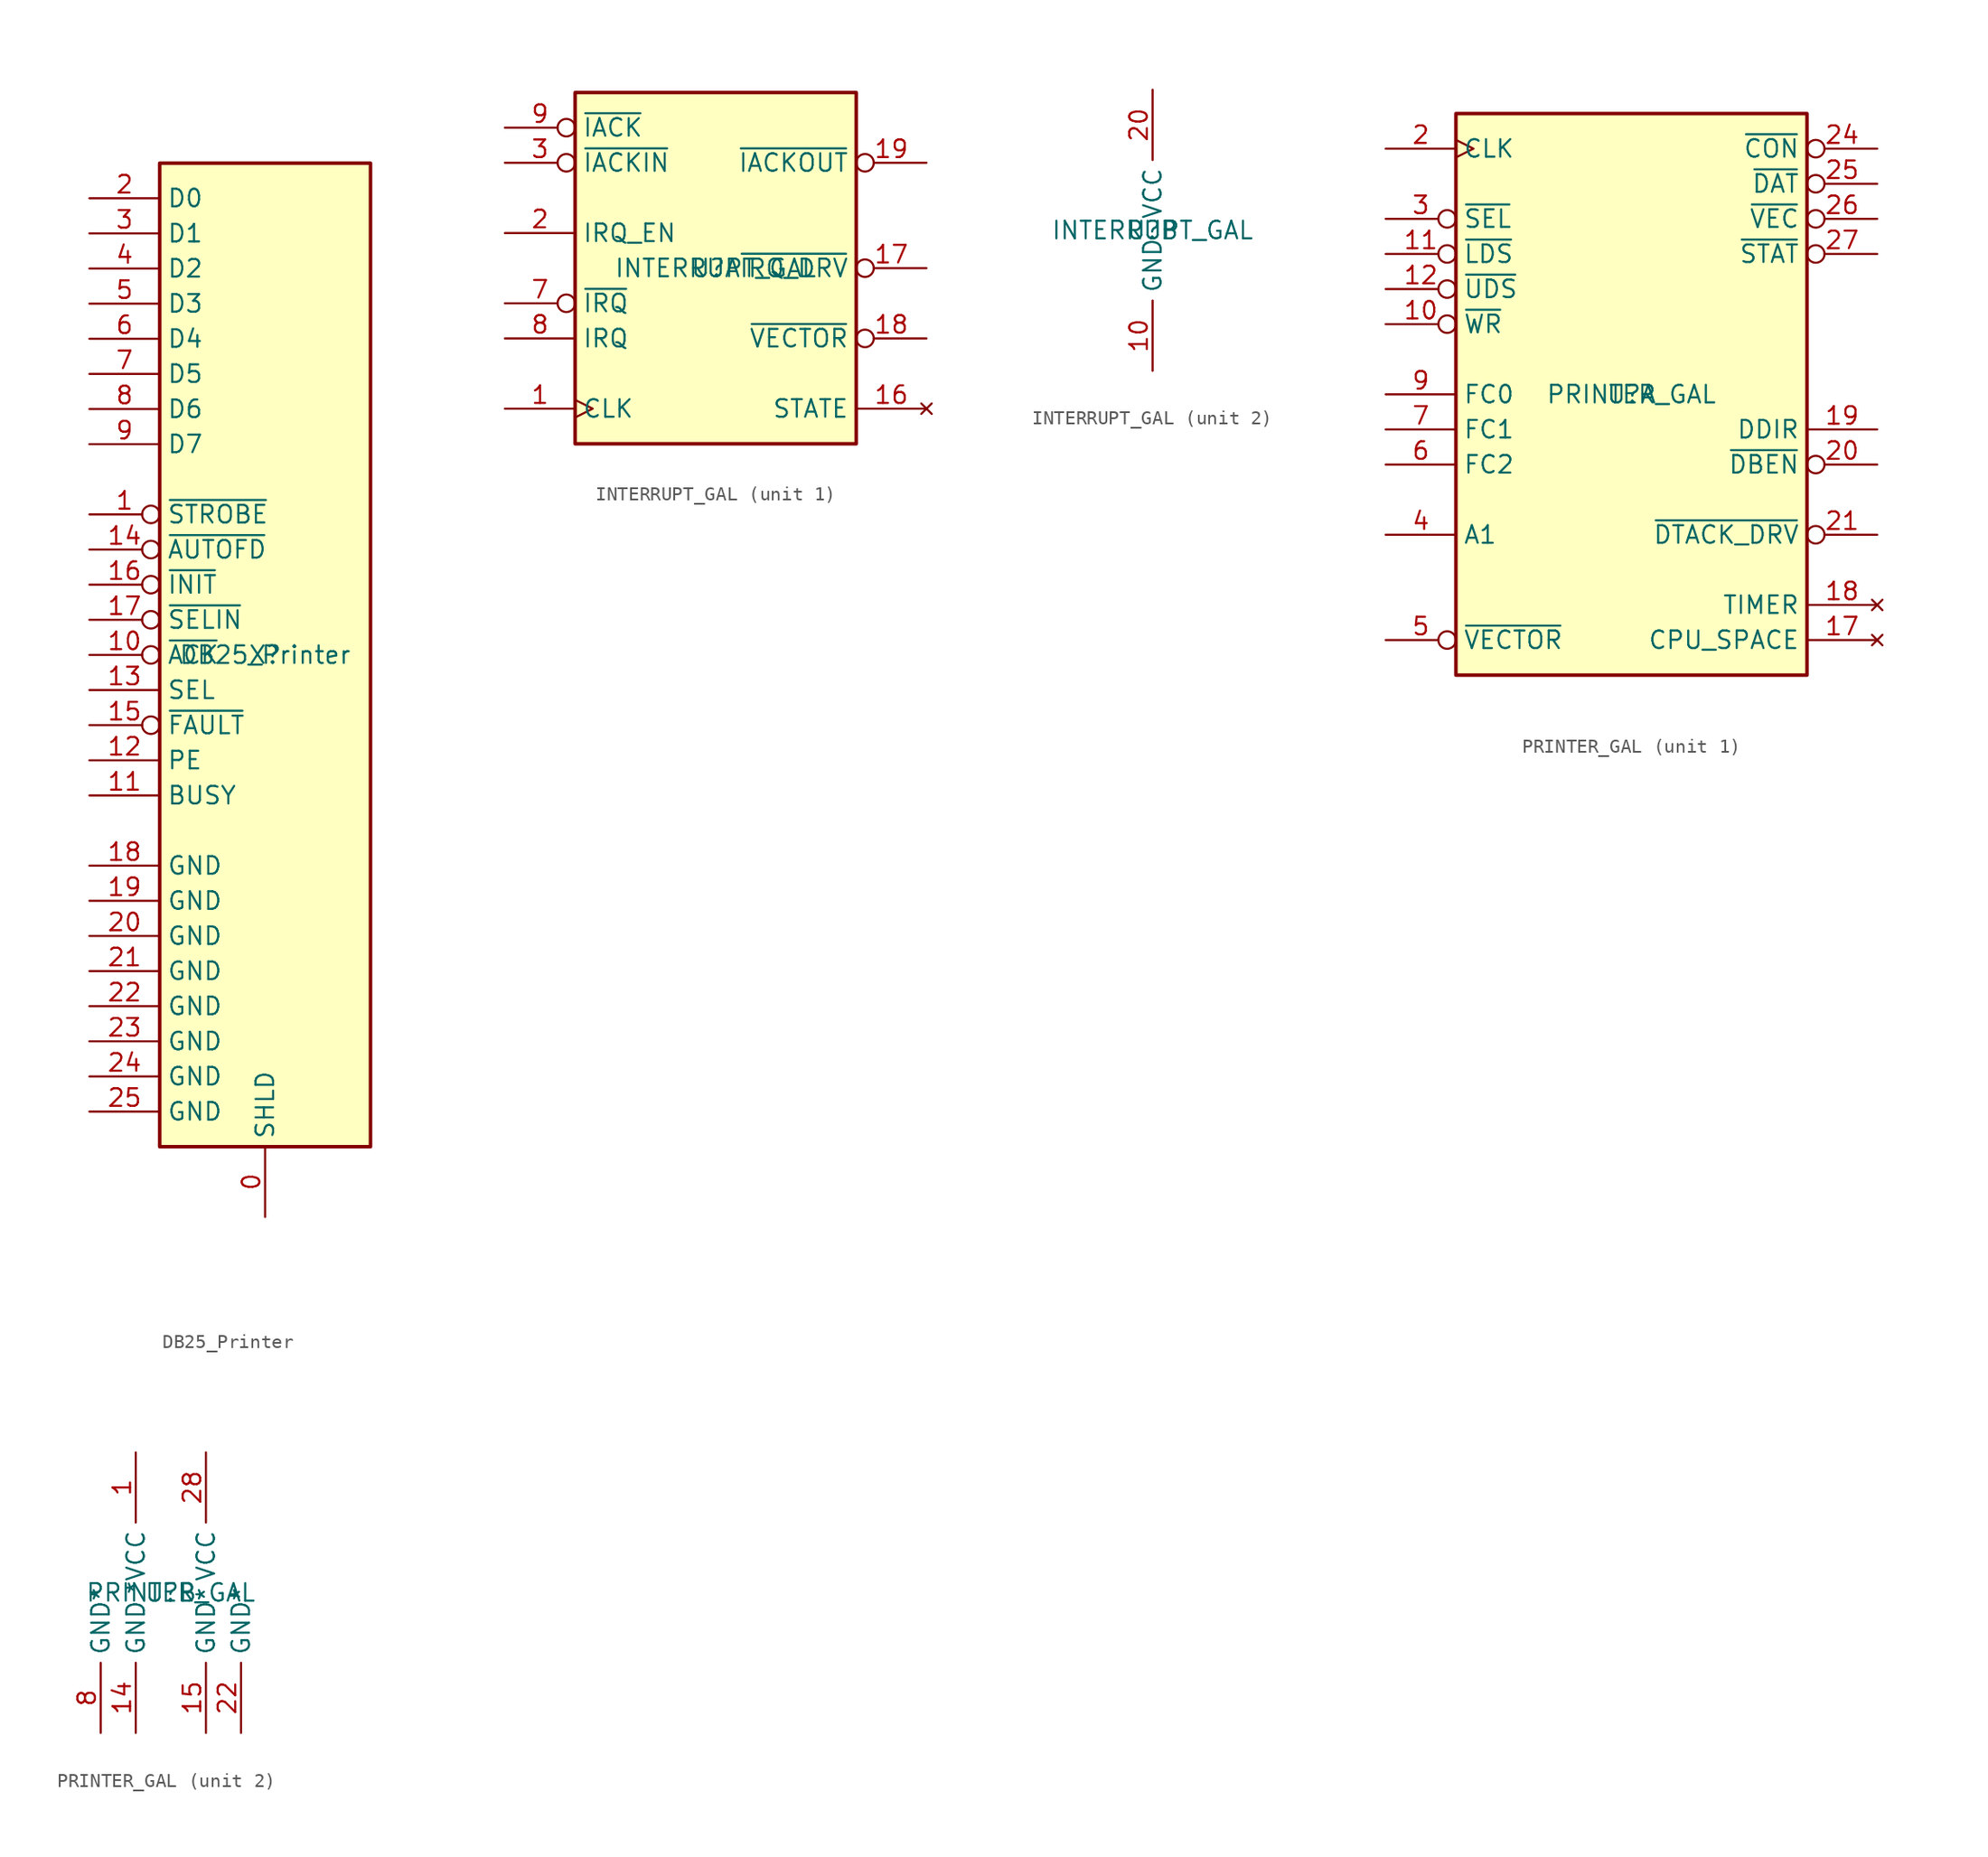
<source format=kicad_sym>
(kicad_symbol_lib
  (version 20231120)
  (generator "kicad_symbol_editor")
  (generator_version "8.0")
  (symbol "DB25_Printer"
    (property "Reference" "X"
      (at 0 0 0)
      (effects (font (size 1.27 1.27))))
    (property "Value" "DB25_Printer"
      (at 0 0 0)
      (effects (font (size 1.27 1.27))))
    (symbol "DB25_Printer_0_1"
      (rectangle (start -7.62 35.56) (end 7.62 -35.56) (stroke (width 0.254) (type default)) (fill (type background))))
    (symbol "DB25_Printer_1_1"
      (pin passive line (at 0 -40.64 90) (length 5.08) (name "SHLD" (effects (font (size 1.27 1.27)))) (number "0" (effects (font (size 1.27 1.27)))))
      (pin bidirectional inverted (at -12.7 10.16 0) (length 5.08) (name "~{STROBE}" (effects (font (size 1.27 1.27)))) (number "1" (effects (font (size 1.27 1.27)))))
      (pin output inverted (at -12.7 0 0) (length 5.08) (name "~{ACK}" (effects (font (size 1.27 1.27)))) (number "10" (effects (font (size 1.27 1.27)))))
      (pin output line (at -12.7 -10.16 0) (length 5.08) (name "BUSY" (effects (font (size 1.27 1.27)))) (number "11" (effects (font (size 1.27 1.27)))))
      (pin output line (at -12.7 -7.62 0) (length 5.08) (name "PE" (effects (font (size 1.27 1.27)))) (number "12" (effects (font (size 1.27 1.27)))))
      (pin output line (at -12.7 -2.54 0) (length 5.08) (name "SEL" (effects (font (size 1.27 1.27)))) (number "13" (effects (font (size 1.27 1.27)))))
      (pin bidirectional inverted (at -12.7 7.62 0) (length 5.08) (name "~{AUTOFD}" (effects (font (size 1.27 1.27)))) (number "14" (effects (font (size 1.27 1.27)))))
      (pin output inverted (at -12.7 -5.08 0) (length 5.08) (name "~{FAULT}" (effects (font (size 1.27 1.27)))) (number "15" (effects (font (size 1.27 1.27)))))
      (pin bidirectional inverted (at -12.7 5.08 0) (length 5.08) (name "~{INIT}" (effects (font (size 1.27 1.27)))) (number "16" (effects (font (size 1.27 1.27)))))
      (pin bidirectional inverted (at -12.7 2.54 0) (length 5.08) (name "~{SELIN}" (effects (font (size 1.27 1.27)))) (number "17" (effects (font (size 1.27 1.27)))))
      (pin power_in line (at -12.7 -15.24 0) (length 5.08) (name "GND" (effects (font (size 1.27 1.27)))) (number "18" (effects (font (size 1.27 1.27)))))
      (pin power_in line (at -12.7 -17.78 0) (length 5.08) (name "GND" (effects (font (size 1.27 1.27)))) (number "19" (effects (font (size 1.27 1.27)))))
      (pin bidirectional line (at -12.7 33.02 0) (length 5.08) (name "D0" (effects (font (size 1.27 1.27)))) (number "2" (effects (font (size 1.27 1.27)))))
      (pin power_in line (at -12.7 -20.32 0) (length 5.08) (name "GND" (effects (font (size 1.27 1.27)))) (number "20" (effects (font (size 1.27 1.27)))))
      (pin power_in line (at -12.7 -22.86 0) (length 5.08) (name "GND" (effects (font (size 1.27 1.27)))) (number "21" (effects (font (size 1.27 1.27)))))
      (pin power_in line (at -12.7 -25.4 0) (length 5.08) (name "GND" (effects (font (size 1.27 1.27)))) (number "22" (effects (font (size 1.27 1.27)))))
      (pin power_in line (at -12.7 -27.94 0) (length 5.08) (name "GND" (effects (font (size 1.27 1.27)))) (number "23" (effects (font (size 1.27 1.27)))))
      (pin power_in line (at -12.7 -30.48 0) (length 5.08) (name "GND" (effects (font (size 1.27 1.27)))) (number "24" (effects (font (size 1.27 1.27)))))
      (pin power_in line (at -12.7 -33.02 0) (length 5.08) (name "GND" (effects (font (size 1.27 1.27)))) (number "25" (effects (font (size 1.27 1.27)))))
      (pin bidirectional line (at -12.7 30.48 0) (length 5.08) (name "D1" (effects (font (size 1.27 1.27)))) (number "3" (effects (font (size 1.27 1.27)))))
      (pin bidirectional line (at -12.7 27.94 0) (length 5.08) (name "D2" (effects (font (size 1.27 1.27)))) (number "4" (effects (font (size 1.27 1.27)))))
      (pin bidirectional line (at -12.7 25.4 0) (length 5.08) (name "D3" (effects (font (size 1.27 1.27)))) (number "5" (effects (font (size 1.27 1.27)))))
      (pin bidirectional line (at -12.7 22.86 0) (length 5.08) (name "D4" (effects (font (size 1.27 1.27)))) (number "6" (effects (font (size 1.27 1.27)))))
      (pin bidirectional line (at -12.7 20.32 0) (length 5.08) (name "D5" (effects (font (size 1.27 1.27)))) (number "7" (effects (font (size 1.27 1.27)))))
      (pin bidirectional line (at -12.7 17.78 0) (length 5.08) (name "D6" (effects (font (size 1.27 1.27)))) (number "8" (effects (font (size 1.27 1.27)))))
      (pin bidirectional line (at -12.7 15.24 0) (length 5.08) (name "D7" (effects (font (size 1.27 1.27)))) (number "9" (effects (font (size 1.27 1.27)))))))
  (symbol "INTERRUPT_GAL"
    (property "Reference" "U"
      (at 0 0 0)
      (effects (font (size 1.27 1.27))))
    (property "Value" "INTERRUPT_GAL"
      (at 0 0 0)
      (effects (font (size 1.27 1.27))))
    (property "ki_locked" ""
      (at 0 0 0)
      (effects (font (size 1.27 1.27))))
    (symbol "INTERRUPT_GAL_1_0"
      (pin input clock (at -15.24 -10.16 0) (length 5.08) (name "CLK" (effects (font (size 1.27 1.27)))) (number "1" (effects (font (size 1.27 1.27)))))
      (pin no_connect line (at 15.24 -10.16 180) (length 5.08) (name "STATE" (effects (font (size 1.27 1.27)))) (number "16" (effects (font (size 1.27 1.27)))))
      (pin output inverted (at 15.24 0 180) (length 5.08) (name "~{IRQ_DRV}" (effects (font (size 1.27 1.27)))) (number "17" (effects (font (size 1.27 1.27)))))
      (pin output inverted (at 15.24 -5.08 180) (length 5.08) (name "~{VECTOR}" (effects (font (size 1.27 1.27)))) (number "18" (effects (font (size 1.27 1.27)))))
      (pin output inverted (at 15.24 7.62 180) (length 5.08) (name "~{IACKOUT}" (effects (font (size 1.27 1.27)))) (number "19" (effects (font (size 1.27 1.27)))))
      (pin input line (at -15.24 2.54 0) (length 5.08) (name "IRQ_EN" (effects (font (size 1.27 1.27)))) (number "2" (effects (font (size 1.27 1.27)))))
      (pin input inverted (at -15.24 7.62 0) (length 5.08) (name "~{IACKIN}" (effects (font (size 1.27 1.27)))) (number "3" (effects (font (size 1.27 1.27)))))
      (pin input inverted (at -15.24 -2.54 0) (length 5.08) (name "~{IRQ}" (effects (font (size 1.27 1.27)))) (number "7" (effects (font (size 1.27 1.27)))))
      (pin input line (at -15.24 -5.08 0) (length 5.08) (name "IRQ" (effects (font (size 1.27 1.27)))) (number "8" (effects (font (size 1.27 1.27)))))
      (pin input inverted (at -15.24 10.16 0) (length 5.08) (name "~{IACK}" (effects (font (size 1.27 1.27)))) (number "9" (effects (font (size 1.27 1.27))))))
    (symbol "INTERRUPT_GAL_1_1"
      (rectangle (start -10.16 12.7) (end 10.16 -12.7) (stroke (width 0.254) (type default)) (fill (type background))))
    (symbol "INTERRUPT_GAL_2_0"
      (pin power_in line (at 0 -10.16 90) (length 5.08) (name "GND" (effects (font (size 1.27 1.27)))) (number "10" (effects (font (size 1.27 1.27)))))
      (pin power_in line (at 0 10.16 270) (length 5.08) (name "VCC" (effects (font (size 1.27 1.27)))) (number "20" (effects (font (size 1.27 1.27)))))))
  (symbol "PRINTER_GAL"
    (property "Reference" "U"
      (at 0 0 0)
      (effects (font (size 1.27 1.27))))
    (property "Value" "PRINTER_GAL"
      (at 0 0 0)
      (effects (font (size 1.27 1.27))))
    (property "ki_locked" ""
      (at 0 0 0)
      (effects (font (size 1.27 1.27))))
    (symbol "PRINTER_GAL_1_1"
      (rectangle (start -12.7 20.32) (end 12.7 -20.32) (stroke (width 0.254) (type default)) (fill (type background)))
      (pin input inverted (at -17.78 5.08 0) (length 5.08) (name "~{WR}" (effects (font (size 1.27 1.27)))) (number "10" (effects (font (size 1.27 1.27)))))
      (pin input inverted (at -17.78 10.16 0) (length 5.08) (name "~{LDS}" (effects (font (size 1.27 1.27)))) (number "11" (effects (font (size 1.27 1.27)))))
      (pin input inverted (at -17.78 7.62 0) (length 5.08) (name "~{UDS}" (effects (font (size 1.27 1.27)))) (number "12" (effects (font (size 1.27 1.27)))))
      (pin no_connect line (at 17.78 -17.78 180) (length 5.08) (name "CPU_SPACE" (effects (font (size 1.27 1.27)))) (number "17" (effects (font (size 1.27 1.27)))))
      (pin no_connect line (at 17.78 -15.24 180) (length 5.08) (name "TIMER" (effects (font (size 1.27 1.27)))) (number "18" (effects (font (size 1.27 1.27)))))
      (pin output line (at 17.78 -2.54 180) (length 5.08) (name "DDIR" (effects (font (size 1.27 1.27)))) (number "19" (effects (font (size 1.27 1.27)))))
      (pin input clock (at -17.78 17.78 0) (length 5.08) (name "CLK" (effects (font (size 1.27 1.27)))) (number "2" (effects (font (size 1.27 1.27)))))
      (pin output inverted (at 17.78 -5.08 180) (length 5.08) (name "~{DBEN}" (effects (font (size 1.27 1.27)))) (number "20" (effects (font (size 1.27 1.27)))))
      (pin output inverted (at 17.78 -10.16 180) (length 5.08) (name "~{DTACK_DRV}" (effects (font (size 1.27 1.27)))) (number "21" (effects (font (size 1.27 1.27)))))
      (pin output inverted (at 17.78 17.78 180) (length 5.08) (name "~{CON}" (effects (font (size 1.27 1.27)))) (number "24" (effects (font (size 1.27 1.27)))))
      (pin output inverted (at 17.78 15.24 180) (length 5.08) (name "~{DAT}" (effects (font (size 1.27 1.27)))) (number "25" (effects (font (size 1.27 1.27)))))
      (pin output inverted (at 17.78 12.7 180) (length 5.08) (name "~{VEC}" (effects (font (size 1.27 1.27)))) (number "26" (effects (font (size 1.27 1.27)))))
      (pin output inverted (at 17.78 10.16 180) (length 5.08) (name "~{STAT}" (effects (font (size 1.27 1.27)))) (number "27" (effects (font (size 1.27 1.27)))))
      (pin input inverted (at -17.78 12.7 0) (length 5.08) (name "~{SEL}" (effects (font (size 1.27 1.27)))) (number "3" (effects (font (size 1.27 1.27)))))
      (pin input line (at -17.78 -10.16 0) (length 5.08) (name "A1" (effects (font (size 1.27 1.27)))) (number "4" (effects (font (size 1.27 1.27)))))
      (pin input inverted (at -17.78 -17.78 0) (length 5.08) (name "~{VECTOR}" (effects (font (size 1.27 1.27)))) (number "5" (effects (font (size 1.27 1.27)))))
      (pin input line (at -17.78 -5.08 0) (length 5.08) (name "FC2" (effects (font (size 1.27 1.27)))) (number "6" (effects (font (size 1.27 1.27)))))
      (pin input line (at -17.78 -2.54 0) (length 5.08) (name "FC1" (effects (font (size 1.27 1.27)))) (number "7" (effects (font (size 1.27 1.27)))))
      (pin input line (at -17.78 0 0) (length 5.08) (name "FC0" (effects (font (size 1.27 1.27)))) (number "9" (effects (font (size 1.27 1.27))))))
    (symbol "PRINTER_GAL_2_0"
      (pin power_in line (at -2.54 10.16 270) (length 5.08) (name "*VCC" (effects (font (size 1.27 1.27)))) (number "1" (effects (font (size 1.27 1.27)))))
      (pin power_in line (at -2.54 -10.16 90) (length 5.08) (name "GND" (effects (font (size 1.27 1.27)))) (number "14" (effects (font (size 1.27 1.27)))))
      (pin power_in line (at 2.54 -10.16 90) (length 5.08) (name "GND*" (effects (font (size 1.27 1.27)))) (number "15" (effects (font (size 1.27 1.27)))))
      (pin power_in line (at 5.08 -10.16 90) (length 5.08) (name "GND*" (effects (font (size 1.27 1.27)))) (number "22" (effects (font (size 1.27 1.27)))))
      (pin power_in line (at 2.54 10.16 270) (length 5.08) (name "VCC" (effects (font (size 1.27 1.27)))) (number "28" (effects (font (size 1.27 1.27)))))
      (pin power_in line (at -5.08 -10.16 90) (length 5.08) (name "GND*" (effects (font (size 1.27 1.27)))) (number "8" (effects (font (size 1.27 1.27))))))))
</source>
